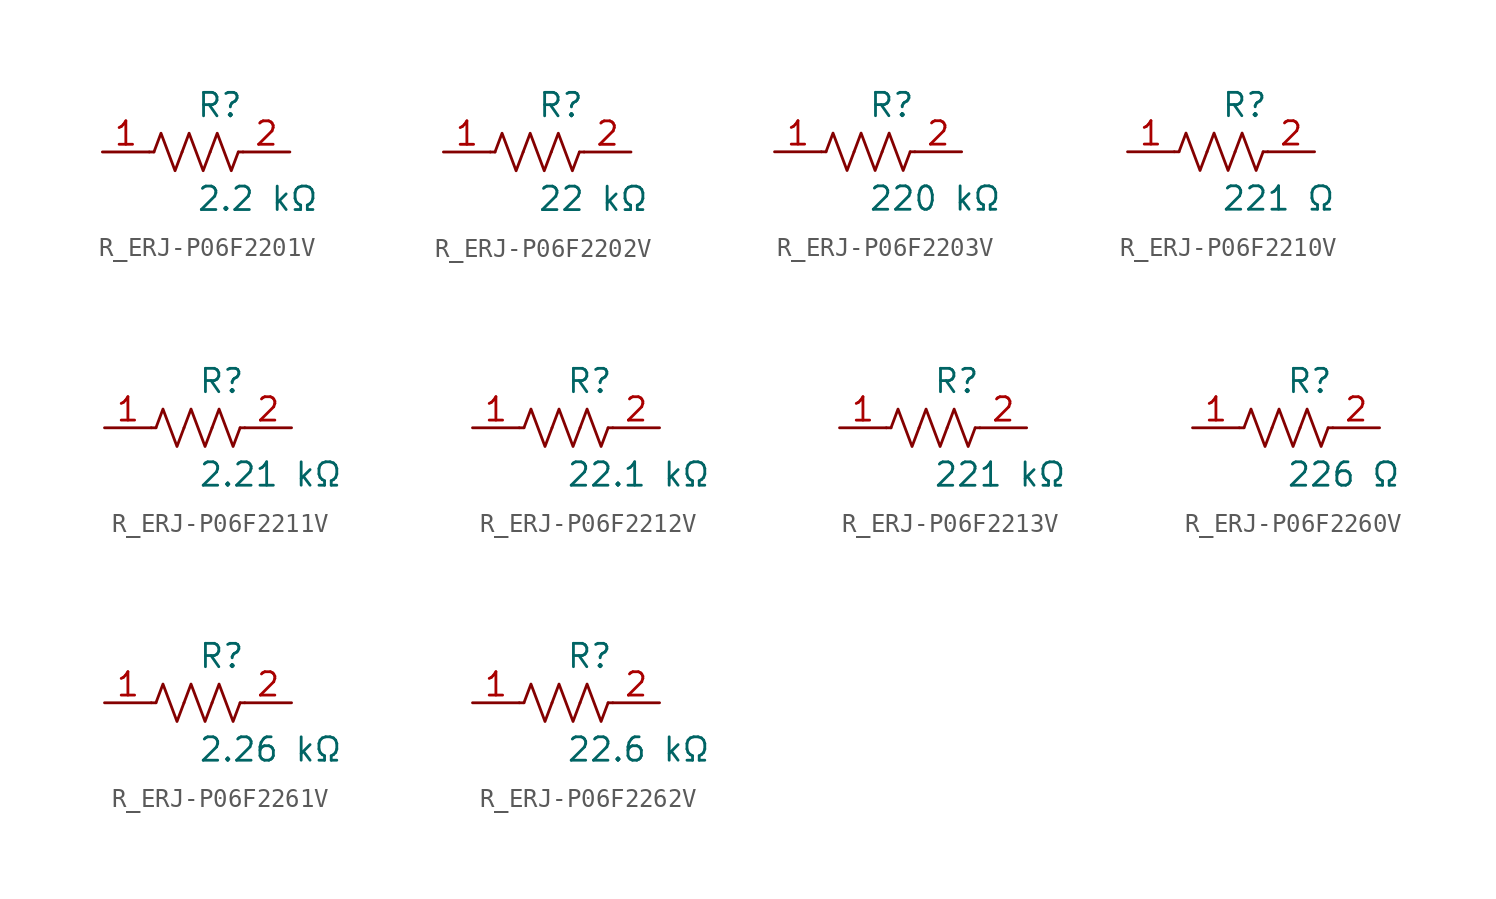
<source format=kicad_sym>
(kicad_symbol_lib
  (version 20231120)
  (generator kicad_symbol_editor)
  (generator_version 8.0)
  (symbol "R_ERJ-P06F2201V"
    (pin_names
      (offset 0.254))
    (property "Reference" "R"
      (at 0 2.54 0)
      (effects (font (size 1.27 1.27)) (justify left)))
    (property "Value" "2.2 kΩ"
      (at 0 -2.54 0)
      (effects (font (size 1.27 1.27)) (justify left)))
    (symbol "R_ERJ-P06F2201V_0_1"
      (polyline (pts (xy 2.286 0) (xy 2.54 0)) (stroke (width 0) (type default)) (fill (type none)))
      (polyline (pts (xy -2.286 0) (xy -2.54 0)) (stroke (width 0) (type default)) (fill (type none)))
      (polyline (pts (xy 0.762 0) (xy 1.143 1.016) (xy 1.524 0) (xy 1.905 -1.016) (xy 2.286 0)) (stroke (width 0) (type default)) (fill (type none)))
      (polyline (pts (xy -0.762 0) (xy -0.381 1.016) (xy 0 0) (xy 0.381 -1.016) (xy 0.762 0)) (stroke (width 0) (type default)) (fill (type none)))
      (polyline (pts (xy -2.286 0) (xy -1.905 1.016) (xy -1.524 0) (xy -1.143 -1.016) (xy -0.762 0)) (stroke (width 0) (type default)) (fill (type none))))
    (pin passive line
      (at -5.08 0 0)
      (length 2.54)
      (name "" (effects (font (size 1.27 1.27))))
      (number "1" (effects (font (size 1.27 1.27)))))
    (pin passive line
      (at 5.08 0 180)
      (length 2.54)
      (name "" (effects (font (size 1.27 1.27))))
      (number "2" (effects (font (size 1.27 1.27))))))
  (symbol "R_ERJ-P06F2202V"
    (pin_names
      (offset 0.254))
    (property "Reference" "R"
      (at 0 2.54 0)
      (effects (font (size 1.27 1.27)) (justify left)))
    (property "Value" "22 kΩ"
      (at 0 -2.54 0)
      (effects (font (size 1.27 1.27)) (justify left)))
    (symbol "R_ERJ-P06F2202V_0_1"
      (polyline (pts (xy 2.286 0) (xy 2.54 0)) (stroke (width 0) (type default)) (fill (type none)))
      (polyline (pts (xy -2.286 0) (xy -2.54 0)) (stroke (width 0) (type default)) (fill (type none)))
      (polyline (pts (xy 0.762 0) (xy 1.143 1.016) (xy 1.524 0) (xy 1.905 -1.016) (xy 2.286 0)) (stroke (width 0) (type default)) (fill (type none)))
      (polyline (pts (xy -0.762 0) (xy -0.381 1.016) (xy 0 0) (xy 0.381 -1.016) (xy 0.762 0)) (stroke (width 0) (type default)) (fill (type none)))
      (polyline (pts (xy -2.286 0) (xy -1.905 1.016) (xy -1.524 0) (xy -1.143 -1.016) (xy -0.762 0)) (stroke (width 0) (type default)) (fill (type none))))
    (pin passive line
      (at -5.08 0 0)
      (length 2.54)
      (name "" (effects (font (size 1.27 1.27))))
      (number "1" (effects (font (size 1.27 1.27)))))
    (pin passive line
      (at 5.08 0 180)
      (length 2.54)
      (name "" (effects (font (size 1.27 1.27))))
      (number "2" (effects (font (size 1.27 1.27))))))
  (symbol "R_ERJ-P06F2203V"
    (pin_names
      (offset 0.254))
    (property "Reference" "R"
      (at 0 2.54 0)
      (effects (font (size 1.27 1.27)) (justify left)))
    (property "Value" "220 kΩ"
      (at 0 -2.54 0)
      (effects (font (size 1.27 1.27)) (justify left)))
    (symbol "R_ERJ-P06F2203V_0_1"
      (polyline (pts (xy 2.286 0) (xy 2.54 0)) (stroke (width 0) (type default)) (fill (type none)))
      (polyline (pts (xy -2.286 0) (xy -2.54 0)) (stroke (width 0) (type default)) (fill (type none)))
      (polyline (pts (xy 0.762 0) (xy 1.143 1.016) (xy 1.524 0) (xy 1.905 -1.016) (xy 2.286 0)) (stroke (width 0) (type default)) (fill (type none)))
      (polyline (pts (xy -0.762 0) (xy -0.381 1.016) (xy 0 0) (xy 0.381 -1.016) (xy 0.762 0)) (stroke (width 0) (type default)) (fill (type none)))
      (polyline (pts (xy -2.286 0) (xy -1.905 1.016) (xy -1.524 0) (xy -1.143 -1.016) (xy -0.762 0)) (stroke (width 0) (type default)) (fill (type none))))
    (pin passive line
      (at -5.08 0 0)
      (length 2.54)
      (name "" (effects (font (size 1.27 1.27))))
      (number "1" (effects (font (size 1.27 1.27)))))
    (pin passive line
      (at 5.08 0 180)
      (length 2.54)
      (name "" (effects (font (size 1.27 1.27))))
      (number "2" (effects (font (size 1.27 1.27))))))
  (symbol "R_ERJ-P06F2210V"
    (pin_names
      (offset 0.254))
    (property "Reference" "R"
      (at 0 2.54 0)
      (effects (font (size 1.27 1.27)) (justify left)))
    (property "Value" "221 Ω"
      (at 0 -2.54 0)
      (effects (font (size 1.27 1.27)) (justify left)))
    (symbol "R_ERJ-P06F2210V_0_1"
      (polyline (pts (xy 2.286 0) (xy 2.54 0)) (stroke (width 0) (type default)) (fill (type none)))
      (polyline (pts (xy -2.286 0) (xy -2.54 0)) (stroke (width 0) (type default)) (fill (type none)))
      (polyline (pts (xy 0.762 0) (xy 1.143 1.016) (xy 1.524 0) (xy 1.905 -1.016) (xy 2.286 0)) (stroke (width 0) (type default)) (fill (type none)))
      (polyline (pts (xy -0.762 0) (xy -0.381 1.016) (xy 0 0) (xy 0.381 -1.016) (xy 0.762 0)) (stroke (width 0) (type default)) (fill (type none)))
      (polyline (pts (xy -2.286 0) (xy -1.905 1.016) (xy -1.524 0) (xy -1.143 -1.016) (xy -0.762 0)) (stroke (width 0) (type default)) (fill (type none))))
    (pin passive line
      (at -5.08 0 0)
      (length 2.54)
      (name "" (effects (font (size 1.27 1.27))))
      (number "1" (effects (font (size 1.27 1.27)))))
    (pin passive line
      (at 5.08 0 180)
      (length 2.54)
      (name "" (effects (font (size 1.27 1.27))))
      (number "2" (effects (font (size 1.27 1.27))))))
  (symbol "R_ERJ-P06F2211V"
    (pin_names
      (offset 0.254))
    (property "Reference" "R"
      (at 0 2.54 0)
      (effects (font (size 1.27 1.27)) (justify left)))
    (property "Value" "2.21 kΩ"
      (at 0 -2.54 0)
      (effects (font (size 1.27 1.27)) (justify left)))
    (symbol "R_ERJ-P06F2211V_0_1"
      (polyline (pts (xy 2.286 0) (xy 2.54 0)) (stroke (width 0) (type default)) (fill (type none)))
      (polyline (pts (xy -2.286 0) (xy -2.54 0)) (stroke (width 0) (type default)) (fill (type none)))
      (polyline (pts (xy 0.762 0) (xy 1.143 1.016) (xy 1.524 0) (xy 1.905 -1.016) (xy 2.286 0)) (stroke (width 0) (type default)) (fill (type none)))
      (polyline (pts (xy -0.762 0) (xy -0.381 1.016) (xy 0 0) (xy 0.381 -1.016) (xy 0.762 0)) (stroke (width 0) (type default)) (fill (type none)))
      (polyline (pts (xy -2.286 0) (xy -1.905 1.016) (xy -1.524 0) (xy -1.143 -1.016) (xy -0.762 0)) (stroke (width 0) (type default)) (fill (type none))))
    (pin passive line
      (at -5.08 0 0)
      (length 2.54)
      (name "" (effects (font (size 1.27 1.27))))
      (number "1" (effects (font (size 1.27 1.27)))))
    (pin passive line
      (at 5.08 0 180)
      (length 2.54)
      (name "" (effects (font (size 1.27 1.27))))
      (number "2" (effects (font (size 1.27 1.27))))))
  (symbol "R_ERJ-P06F2212V"
    (pin_names
      (offset 0.254))
    (property "Reference" "R"
      (at 0 2.54 0)
      (effects (font (size 1.27 1.27)) (justify left)))
    (property "Value" "22.1 kΩ"
      (at 0 -2.54 0)
      (effects (font (size 1.27 1.27)) (justify left)))
    (symbol "R_ERJ-P06F2212V_0_1"
      (polyline (pts (xy 2.286 0) (xy 2.54 0)) (stroke (width 0) (type default)) (fill (type none)))
      (polyline (pts (xy -2.286 0) (xy -2.54 0)) (stroke (width 0) (type default)) (fill (type none)))
      (polyline (pts (xy 0.762 0) (xy 1.143 1.016) (xy 1.524 0) (xy 1.905 -1.016) (xy 2.286 0)) (stroke (width 0) (type default)) (fill (type none)))
      (polyline (pts (xy -0.762 0) (xy -0.381 1.016) (xy 0 0) (xy 0.381 -1.016) (xy 0.762 0)) (stroke (width 0) (type default)) (fill (type none)))
      (polyline (pts (xy -2.286 0) (xy -1.905 1.016) (xy -1.524 0) (xy -1.143 -1.016) (xy -0.762 0)) (stroke (width 0) (type default)) (fill (type none))))
    (pin passive line
      (at -5.08 0 0)
      (length 2.54)
      (name "" (effects (font (size 1.27 1.27))))
      (number "1" (effects (font (size 1.27 1.27)))))
    (pin passive line
      (at 5.08 0 180)
      (length 2.54)
      (name "" (effects (font (size 1.27 1.27))))
      (number "2" (effects (font (size 1.27 1.27))))))
  (symbol "R_ERJ-P06F2213V"
    (pin_names
      (offset 0.254))
    (property "Reference" "R"
      (at 0 2.54 0)
      (effects (font (size 1.27 1.27)) (justify left)))
    (property "Value" "221 kΩ"
      (at 0 -2.54 0)
      (effects (font (size 1.27 1.27)) (justify left)))
    (symbol "R_ERJ-P06F2213V_0_1"
      (polyline (pts (xy 2.286 0) (xy 2.54 0)) (stroke (width 0) (type default)) (fill (type none)))
      (polyline (pts (xy -2.286 0) (xy -2.54 0)) (stroke (width 0) (type default)) (fill (type none)))
      (polyline (pts (xy 0.762 0) (xy 1.143 1.016) (xy 1.524 0) (xy 1.905 -1.016) (xy 2.286 0)) (stroke (width 0) (type default)) (fill (type none)))
      (polyline (pts (xy -0.762 0) (xy -0.381 1.016) (xy 0 0) (xy 0.381 -1.016) (xy 0.762 0)) (stroke (width 0) (type default)) (fill (type none)))
      (polyline (pts (xy -2.286 0) (xy -1.905 1.016) (xy -1.524 0) (xy -1.143 -1.016) (xy -0.762 0)) (stroke (width 0) (type default)) (fill (type none))))
    (pin passive line
      (at -5.08 0 0)
      (length 2.54)
      (name "" (effects (font (size 1.27 1.27))))
      (number "1" (effects (font (size 1.27 1.27)))))
    (pin passive line
      (at 5.08 0 180)
      (length 2.54)
      (name "" (effects (font (size 1.27 1.27))))
      (number "2" (effects (font (size 1.27 1.27))))))
  (symbol "R_ERJ-P06F2260V"
    (pin_names
      (offset 0.254))
    (property "Reference" "R"
      (at 0 2.54 0)
      (effects (font (size 1.27 1.27)) (justify left)))
    (property "Value" "226 Ω"
      (at 0 -2.54 0)
      (effects (font (size 1.27 1.27)) (justify left)))
    (symbol "R_ERJ-P06F2260V_0_1"
      (polyline (pts (xy 2.286 0) (xy 2.54 0)) (stroke (width 0) (type default)) (fill (type none)))
      (polyline (pts (xy -2.286 0) (xy -2.54 0)) (stroke (width 0) (type default)) (fill (type none)))
      (polyline (pts (xy 0.762 0) (xy 1.143 1.016) (xy 1.524 0) (xy 1.905 -1.016) (xy 2.286 0)) (stroke (width 0) (type default)) (fill (type none)))
      (polyline (pts (xy -0.762 0) (xy -0.381 1.016) (xy 0 0) (xy 0.381 -1.016) (xy 0.762 0)) (stroke (width 0) (type default)) (fill (type none)))
      (polyline (pts (xy -2.286 0) (xy -1.905 1.016) (xy -1.524 0) (xy -1.143 -1.016) (xy -0.762 0)) (stroke (width 0) (type default)) (fill (type none))))
    (pin passive line
      (at -5.08 0 0)
      (length 2.54)
      (name "" (effects (font (size 1.27 1.27))))
      (number "1" (effects (font (size 1.27 1.27)))))
    (pin passive line
      (at 5.08 0 180)
      (length 2.54)
      (name "" (effects (font (size 1.27 1.27))))
      (number "2" (effects (font (size 1.27 1.27))))))
  (symbol "R_ERJ-P06F2261V"
    (pin_names
      (offset 0.254))
    (property "Reference" "R"
      (at 0 2.54 0)
      (effects (font (size 1.27 1.27)) (justify left)))
    (property "Value" "2.26 kΩ"
      (at 0 -2.54 0)
      (effects (font (size 1.27 1.27)) (justify left)))
    (symbol "R_ERJ-P06F2261V_0_1"
      (polyline (pts (xy 2.286 0) (xy 2.54 0)) (stroke (width 0) (type default)) (fill (type none)))
      (polyline (pts (xy -2.286 0) (xy -2.54 0)) (stroke (width 0) (type default)) (fill (type none)))
      (polyline (pts (xy 0.762 0) (xy 1.143 1.016) (xy 1.524 0) (xy 1.905 -1.016) (xy 2.286 0)) (stroke (width 0) (type default)) (fill (type none)))
      (polyline (pts (xy -0.762 0) (xy -0.381 1.016) (xy 0 0) (xy 0.381 -1.016) (xy 0.762 0)) (stroke (width 0) (type default)) (fill (type none)))
      (polyline (pts (xy -2.286 0) (xy -1.905 1.016) (xy -1.524 0) (xy -1.143 -1.016) (xy -0.762 0)) (stroke (width 0) (type default)) (fill (type none))))
    (pin passive line
      (at -5.08 0 0)
      (length 2.54)
      (name "" (effects (font (size 1.27 1.27))))
      (number "1" (effects (font (size 1.27 1.27)))))
    (pin passive line
      (at 5.08 0 180)
      (length 2.54)
      (name "" (effects (font (size 1.27 1.27))))
      (number "2" (effects (font (size 1.27 1.27))))))
  (symbol "R_ERJ-P06F2262V"
    (pin_names
      (offset 0.254))
    (property "Reference" "R"
      (at 0 2.54 0)
      (effects (font (size 1.27 1.27)) (justify left)))
    (property "Value" "22.6 kΩ"
      (at 0 -2.54 0)
      (effects (font (size 1.27 1.27)) (justify left)))
    (symbol "R_ERJ-P06F2262V_0_1"
      (polyline (pts (xy 2.286 0) (xy 2.54 0)) (stroke (width 0) (type default)) (fill (type none)))
      (polyline (pts (xy -2.286 0) (xy -2.54 0)) (stroke (width 0) (type default)) (fill (type none)))
      (polyline (pts (xy 0.762 0) (xy 1.143 1.016) (xy 1.524 0) (xy 1.905 -1.016) (xy 2.286 0)) (stroke (width 0) (type default)) (fill (type none)))
      (polyline (pts (xy -0.762 0) (xy -0.381 1.016) (xy 0 0) (xy 0.381 -1.016) (xy 0.762 0)) (stroke (width 0) (type default)) (fill (type none)))
      (polyline (pts (xy -2.286 0) (xy -1.905 1.016) (xy -1.524 0) (xy -1.143 -1.016) (xy -0.762 0)) (stroke (width 0) (type default)) (fill (type none))))
    (pin passive line
      (at -5.08 0 0)
      (length 2.54)
      (name "" (effects (font (size 1.27 1.27))))
      (number "1" (effects (font (size 1.27 1.27)))))
    (pin passive line
      (at 5.08 0 180)
      (length 2.54)
      (name "" (effects (font (size 1.27 1.27))))
      (number "2" (effects (font (size 1.27 1.27)))))))
</source>
